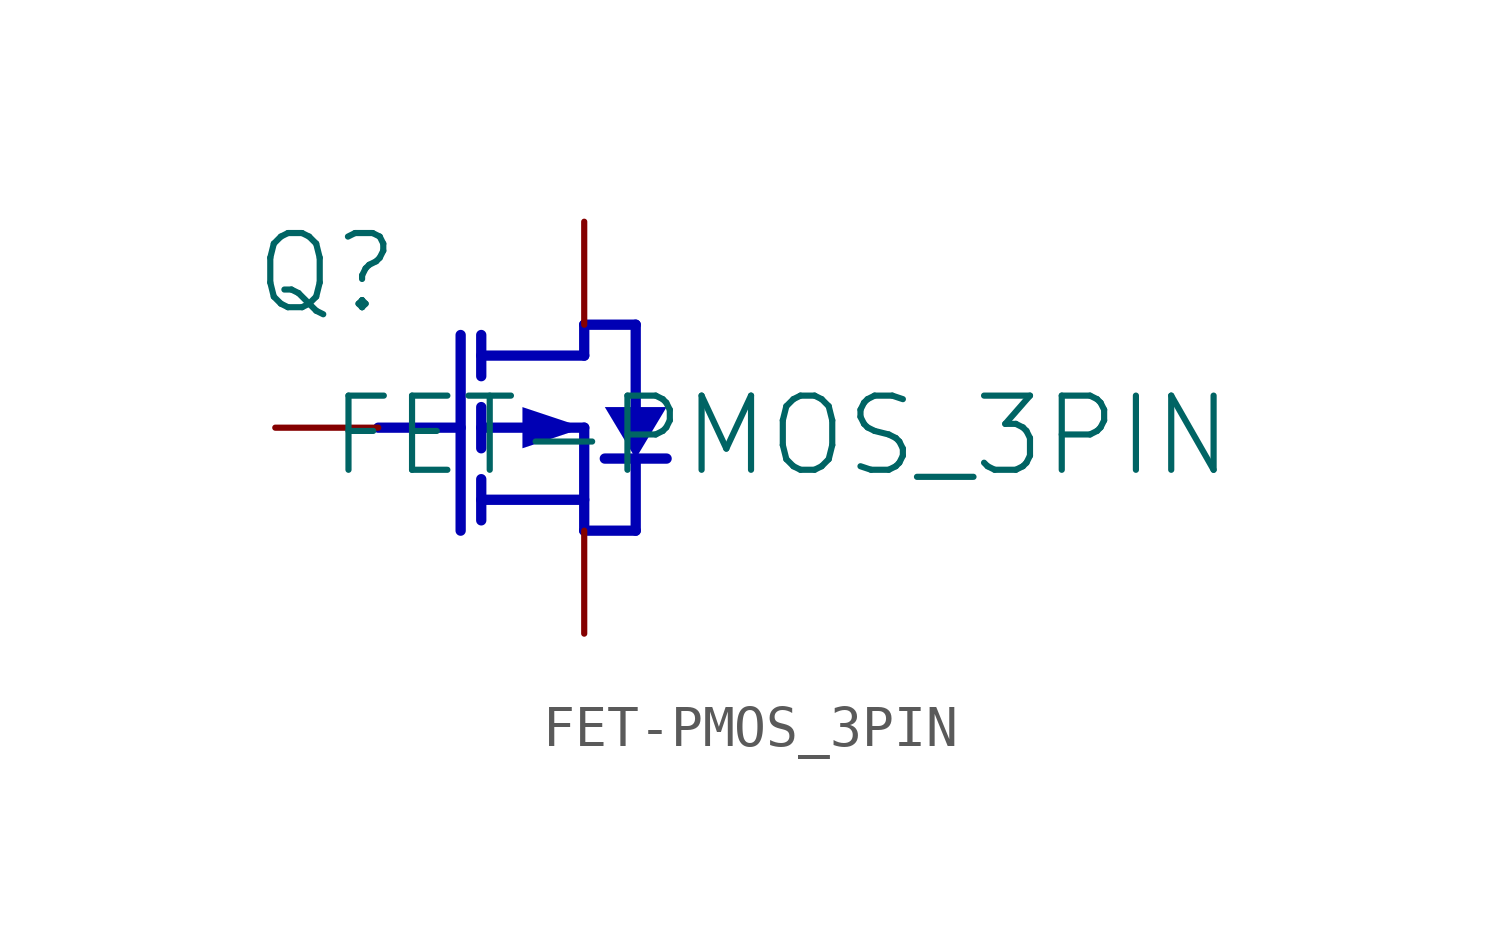
<source format=kicad_sym>
(kicad_symbol_lib
  (version 20231120)
  (generator "kicad_symbol_editor")
  (generator_version "8.0")
  (symbol "FET-PMOS_3PIN"
    (property "Reference" "Q"
      (at -1.27 1.27 0)
      (effects (font (size 1.829 1.829))))
    (property "Value" "FET-PMOS_3PIN"
      (at -1.27 -3.81 0)
      (effects (font (size 1.829 1.829)) (justify left bottom)))
    (symbol "FET-PMOS_3PIN_1_0"
      (polyline (pts (xy 0 -2.54) (xy 2.032 -2.54)) (stroke (width 0.254) (type solid) (color 0 0 180 1)) (fill (type none)))
      (polyline (pts (xy 2.032 -0.254) (xy 2.032 -5.08)) (stroke (width 0.254) (type solid) (color 0 0 180 1)) (fill (type none)))
      (polyline (pts (xy 2.54 -4.826) (xy 2.54 -3.81)) (stroke (width 0.254) (type solid) (color 0 0 180 1)) (fill (type none)))
      (polyline (pts (xy 2.54 -3.048) (xy 2.54 -2.032)) (stroke (width 0.254) (type solid) (color 0 0 180 1)) (fill (type none)))
      (polyline (pts (xy 2.54 -0.254) (xy 2.54 -1.27)) (stroke (width 0.254) (type solid) (color 0 0 180 1)) (fill (type none)))
      (polyline (pts (xy 5.08 -5.08) (xy 6.35 -5.08)) (stroke (width 0.254) (type solid) (color 0 0 180 1)) (fill (type none)))
      (polyline (pts (xy 5.08 -4.318) (xy 2.54 -4.318)) (stroke (width 0.254) (type solid) (color 0 0 180 1)) (fill (type none)))
      (polyline (pts (xy 5.08 -2.54) (xy 2.54 -2.54)) (stroke (width 0.254) (type solid) (color 0 0 180 1)) (fill (type none)))
      (polyline (pts (xy 5.08 -2.54) (xy 5.08 -5.08)) (stroke (width 0.254) (type solid) (color 0 0 180 1)) (fill (type none)))
      (polyline (pts (xy 5.08 -0.762) (xy 2.54 -0.762)) (stroke (width 0.254) (type solid) (color 0 0 180 1)) (fill (type none)))
      (polyline (pts (xy 5.08 -0.762) (xy 5.08 0)) (stroke (width 0.254) (type solid) (color 0 0 180 1)) (fill (type none)))
      (polyline (pts (xy 5.08 0) (xy 6.35 0)) (stroke (width 0.254) (type solid) (color 0 0 180 1)) (fill (type none)))
      (polyline (pts (xy 6.35 -5.08) (xy 6.35 -3.302)) (stroke (width 0.254) (type solid) (color 0 0 180 1)) (fill (type none)))
      (polyline (pts (xy 6.35 0) (xy 6.35 -2.032)) (stroke (width 0.254) (type solid) (color 0 0 180 1)) (fill (type none)))
      (polyline (pts (xy 7.112 -3.302) (xy 5.588 -3.302)) (stroke (width 0.254) (type solid) (color 0 0 180 1)) (fill (type none)))
      (polyline (pts (xy 5.08 -2.54) (xy 3.556 -2.032) (xy 3.556 -3.048) (xy 5.08 -2.54)) (stroke (width -0.0001) (type solid) (color 0 0 180 1)) (fill (type outline)))
      (polyline (pts (xy 6.35 -3.302) (xy 7.112 -2.032) (xy 5.588 -2.032) (xy 6.35 -3.302)) (stroke (width -0.0001) (type solid) (color 0 0 180 1)) (fill (type outline)))
      (pin passive line (at -2.54 -2.54 0) (length 2.54) (name "G" (effects (font (size 0 0)))) (number "1" (effects (font (size 0 0)))))
      (pin passive line (at 5.08 -7.62 90) (length 2.54) (name "S" (effects (font (size 0 0)))) (number "2" (effects (font (size 0 0)))))
      (pin passive line (at 5.08 2.54 270) (length 2.54) (name "D" (effects (font (size 0 0)))) (number "3" (effects (font (size 0 0))))))))
</source>
